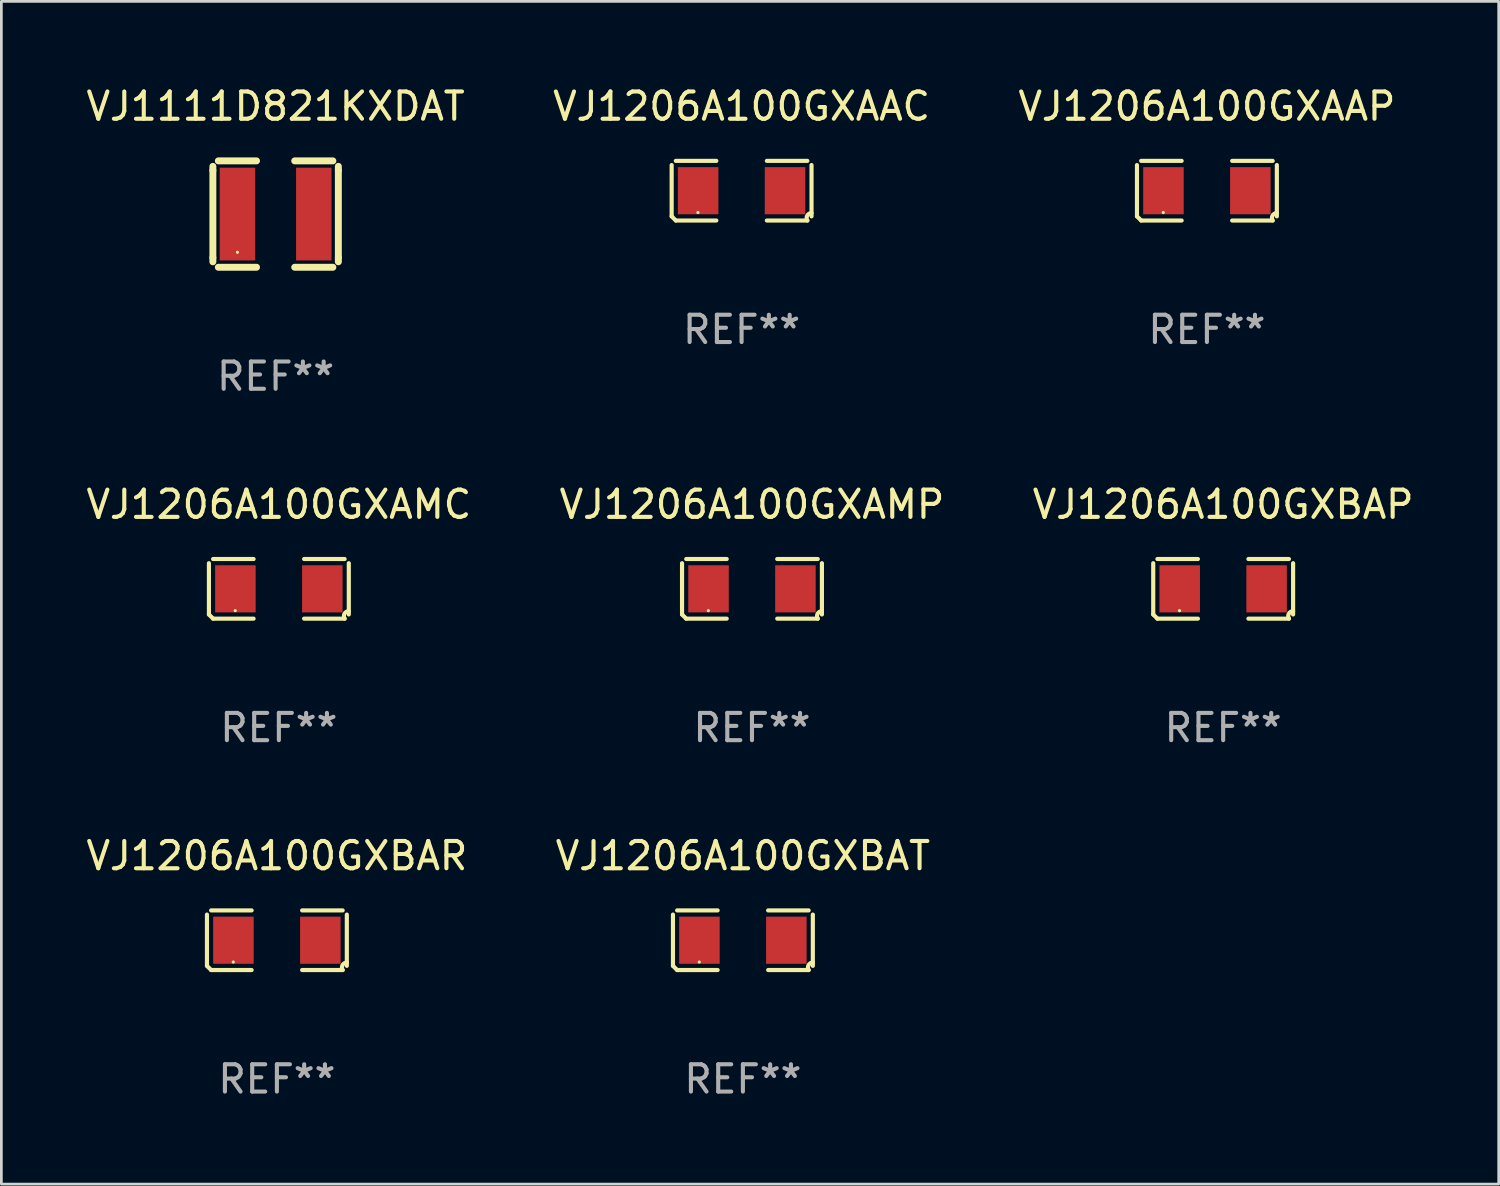
<source format=kicad_pcb>
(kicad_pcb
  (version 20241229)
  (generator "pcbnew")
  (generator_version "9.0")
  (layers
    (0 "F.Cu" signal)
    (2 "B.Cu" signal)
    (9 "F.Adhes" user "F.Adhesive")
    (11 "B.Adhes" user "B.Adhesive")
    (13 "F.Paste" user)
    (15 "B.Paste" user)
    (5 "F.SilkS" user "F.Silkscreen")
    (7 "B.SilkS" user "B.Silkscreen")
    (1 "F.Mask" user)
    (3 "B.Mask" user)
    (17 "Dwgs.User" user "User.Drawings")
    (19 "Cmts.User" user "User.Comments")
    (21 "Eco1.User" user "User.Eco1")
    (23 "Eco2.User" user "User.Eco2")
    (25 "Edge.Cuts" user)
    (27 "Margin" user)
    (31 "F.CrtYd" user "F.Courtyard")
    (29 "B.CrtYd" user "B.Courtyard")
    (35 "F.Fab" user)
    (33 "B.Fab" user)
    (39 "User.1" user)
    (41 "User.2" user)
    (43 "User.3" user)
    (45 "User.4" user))
  (footprint "VJ1206A100GXBAT"
    (layer "F.Cu")
    (at 24.185 31.419)
    (property "Reference" "VJ1206A100GXBAT" (at 0 -3.093 0) (layer "F.SilkS") (effects (font (size 1 1) (thickness 0.15))))
    (attr through_hole)
    (fp_line (start -2.564 0.94) (end -2.564 -0.94) (stroke (width 0.152) (type solid)) (layer "F.SilkS"))
    (fp_line (start -2.411 -1.093) (end -0.926 -1.093) (stroke (width 0.152) (type solid)) (layer "F.SilkS"))
    (fp_line (start -0.926 1.093) (end -2.411 1.093) (stroke (width 0.152) (type solid)) (layer "F.SilkS"))
    (fp_line (start 0.926 1.093) (end 2.411 1.093) (stroke (width 0.152) (type solid)) (layer "F.SilkS"))
    (fp_line (start 2.411 -1.093) (end 0.926 -1.093) (stroke (width 0.152) (type solid)) (layer "F.SilkS"))
    (fp_line (start 2.564 0.94) (end 2.564 -0.94) (stroke (width 0.152) (type solid)) (layer "F.SilkS"))
    (fp_arc (start -2.411201 1.092609) (mid -2.487413 1.01642) (end -2.563602 0.940208) (stroke (width 0.1524) (type solid)) (layer "F.SilkS"))
    (fp_arc (start 2.411201 1.092609) (mid 2.407159 0.911226) (end 2.563602 0.819347) (stroke (width 0.1524) (type solid)) (layer "F.SilkS"))
    (fp_circle (center -1.6 0.8) (end -1.57 0.8) (stroke (width 0.06) (type solid)) (fill no) (layer "F.SilkS"))
    (fp_text user "REF**" (at 0 5.093 0) (layer "F.Fab") (effects (font (size 1 1) (thickness 0.15))))
    (pad "1" smd rect (at -1.593 0) (size 1.485 1.728) (layers "F.Cu" "F.Mask" "F.Paste"))
    (pad "2" smd rect (at 1.593 0) (size 1.485 1.728) (layers "F.Cu" "F.Mask" "F.Paste")))
  (footprint "VJ1206A100GXAAP"
    (layer "F.Cu")
    (at 41.196 3.941)
    (property "Reference" "VJ1206A100GXAAP" (at 0 -3.093 0) (layer "F.SilkS") (effects (font (size 1 1) (thickness 0.15))))
    (attr through_hole)
    (fp_line (start -2.564 0.94) (end -2.564 -0.94) (stroke (width 0.152) (type solid)) (layer "F.SilkS"))
    (fp_line (start -2.411 -1.093) (end -0.926 -1.093) (stroke (width 0.152) (type solid)) (layer "F.SilkS"))
    (fp_line (start -0.926 1.093) (end -2.411 1.093) (stroke (width 0.152) (type solid)) (layer "F.SilkS"))
    (fp_line (start 0.926 1.093) (end 2.411 1.093) (stroke (width 0.152) (type solid)) (layer "F.SilkS"))
    (fp_line (start 2.411 -1.093) (end 0.926 -1.093) (stroke (width 0.152) (type solid)) (layer "F.SilkS"))
    (fp_line (start 2.564 0.94) (end 2.564 -0.94) (stroke (width 0.152) (type solid)) (layer "F.SilkS"))
    (fp_arc (start -2.411201 1.092609) (mid -2.487413 1.01642) (end -2.563602 0.940208) (stroke (width 0.1524) (type solid)) (layer "F.SilkS"))
    (fp_arc (start 2.411201 1.092609) (mid 2.407159 0.911226) (end 2.563602 0.819347) (stroke (width 0.1524) (type solid)) (layer "F.SilkS"))
    (fp_circle (center -1.6 0.8) (end -1.57 0.8) (stroke (width 0.06) (type solid)) (fill no) (layer "F.SilkS"))
    (fp_text user "REF**" (at 0 5.093 0) (layer "F.Fab") (effects (font (size 1 1) (thickness 0.15))))
    (pad "1" smd rect (at -1.593 0) (size 1.485 1.728) (layers "F.Cu" "F.Mask" "F.Paste"))
    (pad "2" smd rect (at 1.593 0) (size 1.485 1.728) (layers "F.Cu" "F.Mask" "F.Paste")))
  (footprint "VJ1206A100GXBAP"
    (layer "F.Cu")
    (at 41.792 18.537)
    (property "Reference" "VJ1206A100GXBAP" (at 0 -3.093 0) (layer "F.SilkS") (effects (font (size 1 1) (thickness 0.15))))
    (attr through_hole)
    (fp_line (start -2.564 0.94) (end -2.564 -0.94) (stroke (width 0.152) (type solid)) (layer "F.SilkS"))
    (fp_line (start -2.411 -1.093) (end -0.926 -1.093) (stroke (width 0.152) (type solid)) (layer "F.SilkS"))
    (fp_line (start -0.926 1.093) (end -2.411 1.093) (stroke (width 0.152) (type solid)) (layer "F.SilkS"))
    (fp_line (start 0.926 1.093) (end 2.411 1.093) (stroke (width 0.152) (type solid)) (layer "F.SilkS"))
    (fp_line (start 2.411 -1.093) (end 0.926 -1.093) (stroke (width 0.152) (type solid)) (layer "F.SilkS"))
    (fp_line (start 2.564 0.94) (end 2.564 -0.94) (stroke (width 0.152) (type solid)) (layer "F.SilkS"))
    (fp_arc (start -2.411201 1.092609) (mid -2.487413 1.01642) (end -2.563602 0.940208) (stroke (width 0.1524) (type solid)) (layer "F.SilkS"))
    (fp_arc (start 2.411201 1.092609) (mid 2.407159 0.911226) (end 2.563602 0.819347) (stroke (width 0.1524) (type solid)) (layer "F.SilkS"))
    (fp_circle (center -1.6 0.8) (end -1.57 0.8) (stroke (width 0.06) (type solid)) (fill no) (layer "F.SilkS"))
    (fp_text user "REF**" (at 0 5.093 0) (layer "F.Fab") (effects (font (size 1 1) (thickness 0.15))))
    (pad "1" smd rect (at -1.593 0) (size 1.485 1.728) (layers "F.Cu" "F.Mask" "F.Paste"))
    (pad "2" smd rect (at 1.593 0) (size 1.485 1.728) (layers "F.Cu" "F.Mask" "F.Paste")))
  (footprint "VJ1206A100GXBAR"
    (layer "F.Cu")
    (at 7.101 31.419)
    (property "Reference" "VJ1206A100GXBAR" (at 0 -3.093 0) (layer "F.SilkS") (effects (font (size 1 1) (thickness 0.15))))
    (attr through_hole)
    (fp_line (start -2.564 0.94) (end -2.564 -0.94) (stroke (width 0.152) (type solid)) (layer "F.SilkS"))
    (fp_line (start -2.411 -1.093) (end -0.926 -1.093) (stroke (width 0.152) (type solid)) (layer "F.SilkS"))
    (fp_line (start -0.926 1.093) (end -2.411 1.093) (stroke (width 0.152) (type solid)) (layer "F.SilkS"))
    (fp_line (start 0.926 1.093) (end 2.411 1.093) (stroke (width 0.152) (type solid)) (layer "F.SilkS"))
    (fp_line (start 2.411 -1.093) (end 0.926 -1.093) (stroke (width 0.152) (type solid)) (layer "F.SilkS"))
    (fp_line (start 2.564 0.94) (end 2.564 -0.94) (stroke (width 0.152) (type solid)) (layer "F.SilkS"))
    (fp_arc (start -2.411201 1.092609) (mid -2.487413 1.01642) (end -2.563602 0.940208) (stroke (width 0.1524) (type solid)) (layer "F.SilkS"))
    (fp_arc (start 2.411201 1.092609) (mid 2.407159 0.911226) (end 2.563602 0.819347) (stroke (width 0.1524) (type solid)) (layer "F.SilkS"))
    (fp_circle (center -1.6 0.8) (end -1.57 0.8) (stroke (width 0.06) (type solid)) (fill no) (layer "F.SilkS"))
    (fp_text user "REF**" (at 0 5.093 0) (layer "F.Fab") (effects (font (size 1 1) (thickness 0.15))))
    (pad "1" smd rect (at -1.593 0) (size 1.485 1.728) (layers "F.Cu" "F.Mask" "F.Paste"))
    (pad "2" smd rect (at 1.593 0) (size 1.485 1.728) (layers "F.Cu" "F.Mask" "F.Paste")))
  (footprint "VJ1206A100GXAAC"
    (layer "F.Cu")
    (at 24.137 3.941)
    (property "Reference" "VJ1206A100GXAAC" (at 0 -3.093 0) (layer "F.SilkS") (effects (font (size 1 1) (thickness 0.15))))
    (attr through_hole)
    (fp_line (start -2.564 0.94) (end -2.564 -0.94) (stroke (width 0.152) (type solid)) (layer "F.SilkS"))
    (fp_line (start -2.411 -1.093) (end -0.926 -1.093) (stroke (width 0.152) (type solid)) (layer "F.SilkS"))
    (fp_line (start -0.926 1.093) (end -2.411 1.093) (stroke (width 0.152) (type solid)) (layer "F.SilkS"))
    (fp_line (start 0.926 1.093) (end 2.411 1.093) (stroke (width 0.152) (type solid)) (layer "F.SilkS"))
    (fp_line (start 2.411 -1.093) (end 0.926 -1.093) (stroke (width 0.152) (type solid)) (layer "F.SilkS"))
    (fp_line (start 2.564 0.94) (end 2.564 -0.94) (stroke (width 0.152) (type solid)) (layer "F.SilkS"))
    (fp_arc (start -2.411201 1.092609) (mid -2.487413 1.01642) (end -2.563602 0.940208) (stroke (width 0.1524) (type solid)) (layer "F.SilkS"))
    (fp_arc (start 2.411201 1.092609) (mid 2.407159 0.911226) (end 2.563602 0.819347) (stroke (width 0.1524) (type solid)) (layer "F.SilkS"))
    (fp_circle (center -1.6 0.8) (end -1.57 0.8) (stroke (width 0.06) (type solid)) (fill no) (layer "F.SilkS"))
    (fp_text user "REF**" (at 0 5.093 0) (layer "F.Fab") (effects (font (size 1 1) (thickness 0.15))))
    (pad "1" smd rect (at -1.593 0) (size 1.485 1.728) (layers "F.Cu" "F.Mask" "F.Paste"))
    (pad "2" smd rect (at 1.593 0) (size 1.485 1.728) (layers "F.Cu" "F.Mask" "F.Paste")))
  (footprint "VJ1206A100GXAMC"
    (layer "F.Cu")
    (at 7.173 18.537)
    (property "Reference" "VJ1206A100GXAMC" (at 0 -3.093 0) (layer "F.SilkS") (effects (font (size 1 1) (thickness 0.15))))
    (attr through_hole)
    (fp_line (start -2.564 0.94) (end -2.564 -0.94) (stroke (width 0.152) (type solid)) (layer "F.SilkS"))
    (fp_line (start -2.411 -1.093) (end -0.926 -1.093) (stroke (width 0.152) (type solid)) (layer "F.SilkS"))
    (fp_line (start -0.926 1.093) (end -2.411 1.093) (stroke (width 0.152) (type solid)) (layer "F.SilkS"))
    (fp_line (start 0.926 1.093) (end 2.411 1.093) (stroke (width 0.152) (type solid)) (layer "F.SilkS"))
    (fp_line (start 2.411 -1.093) (end 0.926 -1.093) (stroke (width 0.152) (type solid)) (layer "F.SilkS"))
    (fp_line (start 2.564 0.94) (end 2.564 -0.94) (stroke (width 0.152) (type solid)) (layer "F.SilkS"))
    (fp_arc (start -2.411201 1.092609) (mid -2.487413 1.01642) (end -2.563602 0.940208) (stroke (width 0.1524) (type solid)) (layer "F.SilkS"))
    (fp_arc (start 2.411201 1.092609) (mid 2.407159 0.911226) (end 2.563602 0.819347) (stroke (width 0.1524) (type solid)) (layer "F.SilkS"))
    (fp_circle (center -1.6 0.8) (end -1.57 0.8) (stroke (width 0.06) (type solid)) (fill no) (layer "F.SilkS"))
    (fp_text user "REF**" (at 0 5.093 0) (layer "F.Fab") (effects (font (size 1 1) (thickness 0.15))))
    (pad "1" smd rect (at -1.593 0) (size 1.485 1.728) (layers "F.Cu" "F.Mask" "F.Paste"))
    (pad "2" smd rect (at 1.593 0) (size 1.485 1.728) (layers "F.Cu" "F.Mask" "F.Paste")))
  (footprint "VJ1206A100GXAMP"
    (layer "F.Cu")
    (at 24.518 18.537)
    (property "Reference" "VJ1206A100GXAMP" (at 0 -3.093 0) (layer "F.SilkS") (effects (font (size 1 1) (thickness 0.15))))
    (attr through_hole)
    (fp_line (start -2.564 0.94) (end -2.564 -0.94) (stroke (width 0.152) (type solid)) (layer "F.SilkS"))
    (fp_line (start -2.411 -1.093) (end -0.926 -1.093) (stroke (width 0.152) (type solid)) (layer "F.SilkS"))
    (fp_line (start -0.926 1.093) (end -2.411 1.093) (stroke (width 0.152) (type solid)) (layer "F.SilkS"))
    (fp_line (start 0.926 1.093) (end 2.411 1.093) (stroke (width 0.152) (type solid)) (layer "F.SilkS"))
    (fp_line (start 2.411 -1.093) (end 0.926 -1.093) (stroke (width 0.152) (type solid)) (layer "F.SilkS"))
    (fp_line (start 2.564 0.94) (end 2.564 -0.94) (stroke (width 0.152) (type solid)) (layer "F.SilkS"))
    (fp_arc (start -2.411201 1.092609) (mid -2.487413 1.01642) (end -2.563602 0.940208) (stroke (width 0.1524) (type solid)) (layer "F.SilkS"))
    (fp_arc (start 2.411201 1.092609) (mid 2.407159 0.911226) (end 2.563602 0.819347) (stroke (width 0.1524) (type solid)) (layer "F.SilkS"))
    (fp_circle (center -1.6 0.8) (end -1.57 0.8) (stroke (width 0.06) (type solid)) (fill no) (layer "F.SilkS"))
    (fp_text user "REF**" (at 0 5.093 0) (layer "F.Fab") (effects (font (size 1 1) (thickness 0.15))))
    (pad "1" smd rect (at -1.593 0) (size 1.485 1.728) (layers "F.Cu" "F.Mask" "F.Paste"))
    (pad "2" smd rect (at 1.593 0) (size 1.485 1.728) (layers "F.Cu" "F.Mask" "F.Paste")))
  (footprint "VJ1111D821KXDAT"
    (layer "F.Cu")
    (at 7.054 4.798)
    (property "Reference" "VJ1111D821KXDAT" (at 0 -3.95 0) (layer "F.SilkS") (effects (font (size 1 1) (thickness 0.15))))
    (attr through_hole)
    (fp_line (start -2.3 -1.75) (end -2.3 -1.6) (stroke (width 0.254) (type solid)) (layer "F.SilkS"))
    (fp_line (start -2.3 -1.6) (end -2.3 1.6) (stroke (width 0.254) (type solid)) (layer "F.SilkS"))
    (fp_line (start -2.3 1.75) (end -2.3 1.6) (stroke (width 0.254) (type solid)) (layer "F.SilkS"))
    (fp_line (start -0.7 -1.95) (end -2.1 -1.95) (stroke (width 0.254) (type solid)) (layer "F.SilkS"))
    (fp_line (start -0.7 1.95) (end -2.1 1.95) (stroke (width 0.254) (type solid)) (layer "F.SilkS"))
    (fp_line (start 0.7 -1.95) (end 2.1 -1.95) (stroke (width 0.254) (type solid)) (layer "F.SilkS"))
    (fp_line (start 0.7 1.95) (end 2.1 1.95) (stroke (width 0.254) (type solid)) (layer "F.SilkS"))
    (fp_line (start 2.3 1.75) (end 2.3 1.6) (stroke (width 0.254) (type solid)) (layer "F.SilkS"))
    (fp_line (start 2.3 -1.75) (end 2.3 -1.6) (stroke (width 0.254) (type solid)) (layer "F.SilkS"))
    (fp_line (start 2.3 -1.6) (end 2.3 1.6) (stroke (width 0.254) (type solid)) (layer "F.SilkS"))
    (fp_circle (center -1.4 1.4) (end -1.37 1.4) (stroke (width 0.06) (type solid)) (fill no) (layer "F.SilkS"))
    (fp_text user "REF**" (at 0 5.95 0) (layer "F.Fab") (effects (font (size 1 1) (thickness 0.15))))
    (pad "1" smd rect (at -1.4 0 90) (size 3.4 1.3) (layers "F.Cu" "F.Mask" "F.Paste"))
    (pad "2" smd rect (at 1.4 0 90) (size 3.4 1.3) (layers "F.Cu" "F.Mask" "F.Paste")))
  (gr_rect
    (start -3 -3)
    (end 51.893 40.36)
    (stroke (width 0.1) (type default))
    (fill no)
    (layer "Edge.Cuts")))
</source>
